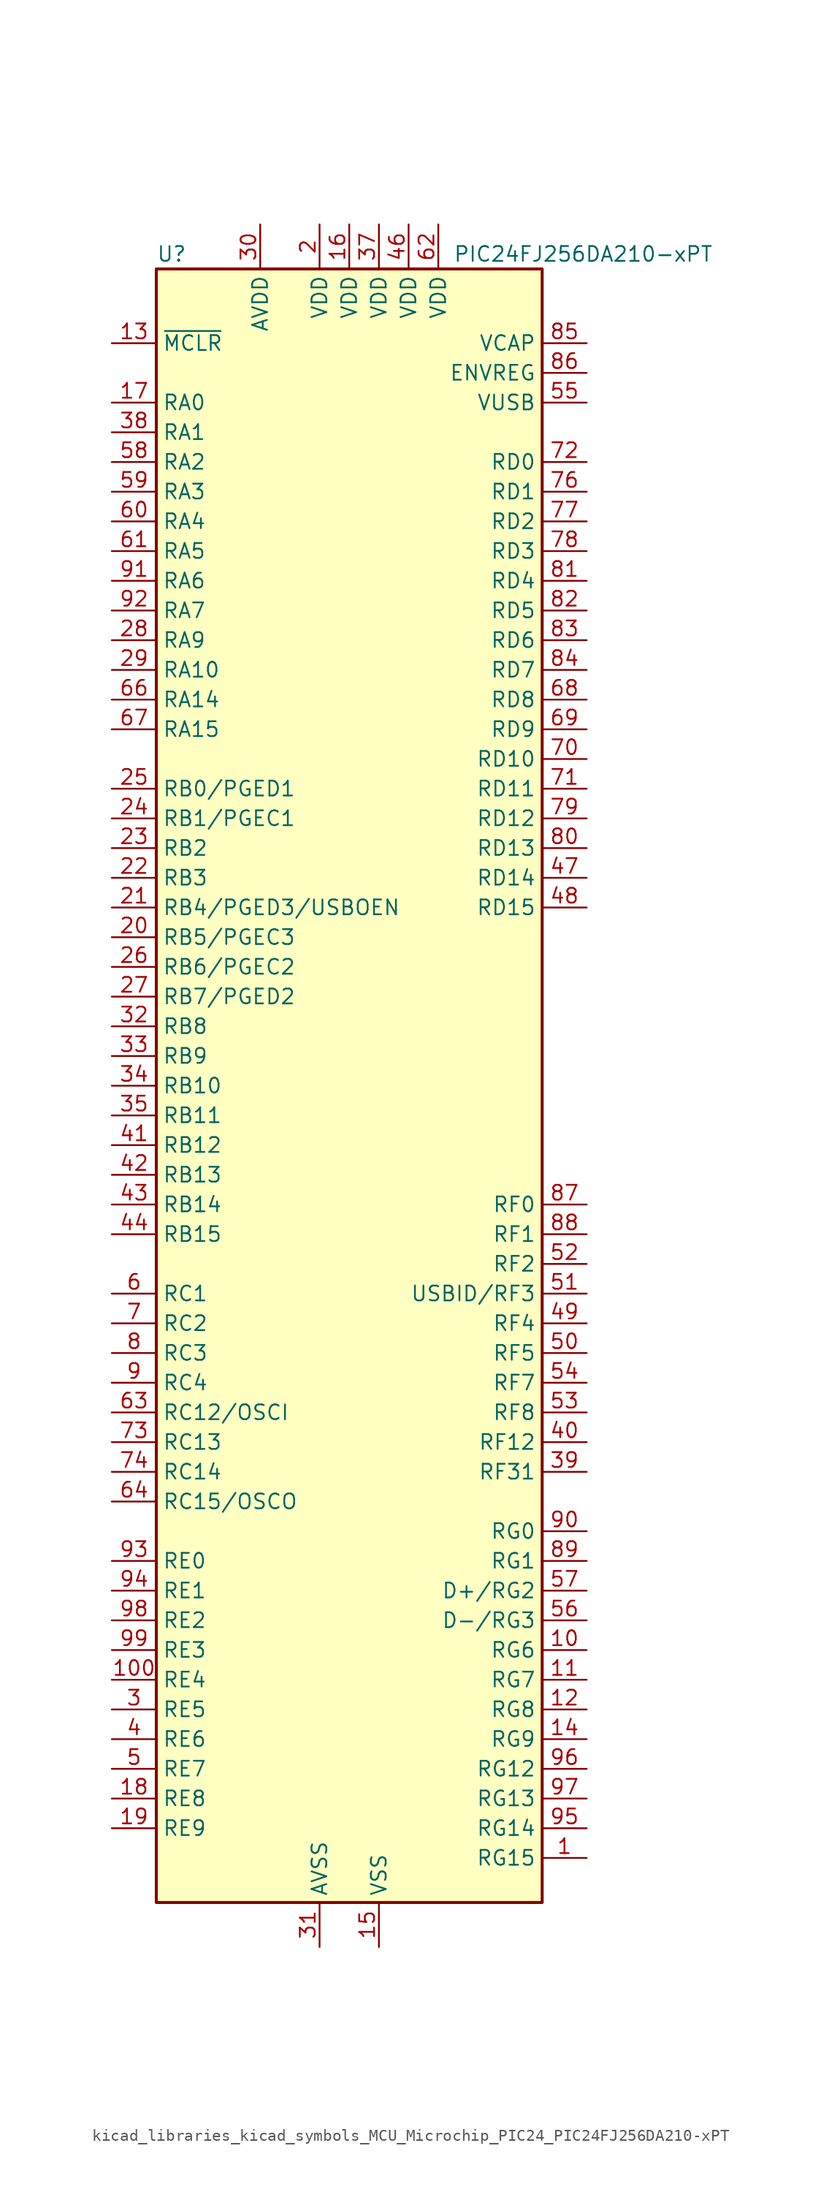
<source format=kicad_sym>
(kicad_symbol_lib
  (version 20220914)
  (generator kicad_symbol_editor)
  (symbol "kicad_libraries_kicad_symbols_MCU_Microchip_PIC24_PIC24FJ256DA210-xPT"
    (property "Reference" "U"
      (at -16.51 71.12 0)
      (effects (font (size 1.27 1.27)) (justify left)))
    (property "Value" "PIC24FJ256DA210-xPT"
      (at 8.89 71.12 0)
      (effects (font (size 1.27 1.27)) (justify left)))
    (symbol "kicad_libraries_kicad_symbols_MCU_Microchip_PIC24_PIC24FJ256DA210-xPT_1_1"
      (rectangle (start -16.51 69.85) (end 16.51 -69.85) (stroke (width 0.254) (type default)) (fill (type background)))
      (pin bidirectional line (at 20.32 -66.04 180) (length 3.81) (name "RG15" (effects (font (size 1.27 1.27)))) (number "1" (effects (font (size 1.27 1.27)))))
      (pin bidirectional line (at 20.32 -48.26 180) (length 3.81) (name "RG6" (effects (font (size 1.27 1.27)))) (number "10" (effects (font (size 1.27 1.27)))))
      (pin bidirectional line (at -20.32 -50.8 0) (length 3.81) (name "RE4" (effects (font (size 1.27 1.27)))) (number "100" (effects (font (size 1.27 1.27)))))
      (pin bidirectional line (at 20.32 -50.8 180) (length 3.81) (name "RG7" (effects (font (size 1.27 1.27)))) (number "11" (effects (font (size 1.27 1.27)))))
      (pin bidirectional line (at 20.32 -53.34 180) (length 3.81) (name "RG8" (effects (font (size 1.27 1.27)))) (number "12" (effects (font (size 1.27 1.27)))))
      (pin input line (at -20.32 63.5 0) (length 3.81) (name "~{MCLR}" (effects (font (size 1.27 1.27)))) (number "13" (effects (font (size 1.27 1.27)))))
      (pin bidirectional line (at 20.32 -55.88 180) (length 3.81) (name "RG9" (effects (font (size 1.27 1.27)))) (number "14" (effects (font (size 1.27 1.27)))))
      (pin power_in line (at 2.54 -73.66 90) (length 3.81) (name "VSS" (effects (font (size 1.27 1.27)))) (number "15" (effects (font (size 1.27 1.27)))))
      (pin power_in line (at 0 73.66 270) (length 3.81) (name "VDD" (effects (font (size 1.27 1.27)))) (number "16" (effects (font (size 1.27 1.27)))))
      (pin bidirectional line (at -20.32 58.42 0) (length 3.81) (name "RA0" (effects (font (size 1.27 1.27)))) (number "17" (effects (font (size 1.27 1.27)))))
      (pin bidirectional line (at -20.32 -60.96 0) (length 3.81) (name "RE8" (effects (font (size 1.27 1.27)))) (number "18" (effects (font (size 1.27 1.27)))))
      (pin bidirectional line (at -20.32 -63.5 0) (length 3.81) (name "RE9" (effects (font (size 1.27 1.27)))) (number "19" (effects (font (size 1.27 1.27)))))
      (pin power_in line (at -2.54 73.66 270) (length 3.81) (name "VDD" (effects (font (size 1.27 1.27)))) (number "2" (effects (font (size 1.27 1.27)))))
      (pin bidirectional line (at -20.32 12.7 0) (length 3.81) (name "RB5/PGEC3" (effects (font (size 1.27 1.27)))) (number "20" (effects (font (size 1.27 1.27)))))
      (pin bidirectional line (at -20.32 15.24 0) (length 3.81) (name "RB4/PGED3/USBOEN" (effects (font (size 1.27 1.27)))) (number "21" (effects (font (size 1.27 1.27)))))
      (pin bidirectional line (at -20.32 17.78 0) (length 3.81) (name "RB3" (effects (font (size 1.27 1.27)))) (number "22" (effects (font (size 1.27 1.27)))))
      (pin bidirectional line (at -20.32 20.32 0) (length 3.81) (name "RB2" (effects (font (size 1.27 1.27)))) (number "23" (effects (font (size 1.27 1.27)))))
      (pin bidirectional line (at -20.32 22.86 0) (length 3.81) (name "RB1/PGEC1" (effects (font (size 1.27 1.27)))) (number "24" (effects (font (size 1.27 1.27)))))
      (pin bidirectional line (at -20.32 25.4 0) (length 3.81) (name "RB0/PGED1" (effects (font (size 1.27 1.27)))) (number "25" (effects (font (size 1.27 1.27)))))
      (pin bidirectional line (at -20.32 10.16 0) (length 3.81) (name "RB6/PGEC2" (effects (font (size 1.27 1.27)))) (number "26" (effects (font (size 1.27 1.27)))))
      (pin bidirectional line (at -20.32 7.62 0) (length 3.81) (name "RB7/PGED2" (effects (font (size 1.27 1.27)))) (number "27" (effects (font (size 1.27 1.27)))))
      (pin bidirectional line (at -20.32 38.1 0) (length 3.81) (name "RA9" (effects (font (size 1.27 1.27)))) (number "28" (effects (font (size 1.27 1.27)))))
      (pin bidirectional line (at -20.32 35.56 0) (length 3.81) (name "RA10" (effects (font (size 1.27 1.27)))) (number "29" (effects (font (size 1.27 1.27)))))
      (pin bidirectional line (at -20.32 -53.34 0) (length 3.81) (name "RE5" (effects (font (size 1.27 1.27)))) (number "3" (effects (font (size 1.27 1.27)))))
      (pin power_in line (at -7.62 73.66 270) (length 3.81) (name "AVDD" (effects (font (size 1.27 1.27)))) (number "30" (effects (font (size 1.27 1.27)))))
      (pin power_in line (at -2.54 -73.66 90) (length 3.81) (name "AVSS" (effects (font (size 1.27 1.27)))) (number "31" (effects (font (size 1.27 1.27)))))
      (pin bidirectional line (at -20.32 5.08 0) (length 3.81) (name "RB8" (effects (font (size 1.27 1.27)))) (number "32" (effects (font (size 1.27 1.27)))))
      (pin bidirectional line (at -20.32 2.54 0) (length 3.81) (name "RB9" (effects (font (size 1.27 1.27)))) (number "33" (effects (font (size 1.27 1.27)))))
      (pin bidirectional line (at -20.32 0 0) (length 3.81) (name "RB10" (effects (font (size 1.27 1.27)))) (number "34" (effects (font (size 1.27 1.27)))))
      (pin bidirectional line (at -20.32 -2.54 0) (length 3.81) (name "RB11" (effects (font (size 1.27 1.27)))) (number "35" (effects (font (size 1.27 1.27)))))
      (pin passive line (at 2.54 -73.66 90) (length 3.81) hide (name "VSS" (effects (font (size 1.27 1.27)))) (number "36" (effects (font (size 1.27 1.27)))))
      (pin power_in line (at 2.54 73.66 270) (length 3.81) (name "VDD" (effects (font (size 1.27 1.27)))) (number "37" (effects (font (size 1.27 1.27)))))
      (pin bidirectional line (at -20.32 55.88 0) (length 3.81) (name "RA1" (effects (font (size 1.27 1.27)))) (number "38" (effects (font (size 1.27 1.27)))))
      (pin bidirectional line (at 20.32 -33.02 180) (length 3.81) (name "RF31" (effects (font (size 1.27 1.27)))) (number "39" (effects (font (size 1.27 1.27)))))
      (pin bidirectional line (at -20.32 -55.88 0) (length 3.81) (name "RE6" (effects (font (size 1.27 1.27)))) (number "4" (effects (font (size 1.27 1.27)))))
      (pin bidirectional line (at 20.32 -30.48 180) (length 3.81) (name "RF12" (effects (font (size 1.27 1.27)))) (number "40" (effects (font (size 1.27 1.27)))))
      (pin bidirectional line (at -20.32 -5.08 0) (length 3.81) (name "RB12" (effects (font (size 1.27 1.27)))) (number "41" (effects (font (size 1.27 1.27)))))
      (pin bidirectional line (at -20.32 -7.62 0) (length 3.81) (name "RB13" (effects (font (size 1.27 1.27)))) (number "42" (effects (font (size 1.27 1.27)))))
      (pin bidirectional line (at -20.32 -10.16 0) (length 3.81) (name "RB14" (effects (font (size 1.27 1.27)))) (number "43" (effects (font (size 1.27 1.27)))))
      (pin bidirectional line (at -20.32 -12.7 0) (length 3.81) (name "RB15" (effects (font (size 1.27 1.27)))) (number "44" (effects (font (size 1.27 1.27)))))
      (pin passive line (at 2.54 -73.66 90) (length 3.81) hide (name "VSS" (effects (font (size 1.27 1.27)))) (number "45" (effects (font (size 1.27 1.27)))))
      (pin power_in line (at 5.08 73.66 270) (length 3.81) (name "VDD" (effects (font (size 1.27 1.27)))) (number "46" (effects (font (size 1.27 1.27)))))
      (pin bidirectional line (at 20.32 17.78 180) (length 3.81) (name "RD14" (effects (font (size 1.27 1.27)))) (number "47" (effects (font (size 1.27 1.27)))))
      (pin bidirectional line (at 20.32 15.24 180) (length 3.81) (name "RD15" (effects (font (size 1.27 1.27)))) (number "48" (effects (font (size 1.27 1.27)))))
      (pin bidirectional line (at 20.32 -20.32 180) (length 3.81) (name "RF4" (effects (font (size 1.27 1.27)))) (number "49" (effects (font (size 1.27 1.27)))))
      (pin bidirectional line (at -20.32 -58.42 0) (length 3.81) (name "RE7" (effects (font (size 1.27 1.27)))) (number "5" (effects (font (size 1.27 1.27)))))
      (pin bidirectional line (at 20.32 -22.86 180) (length 3.81) (name "RF5" (effects (font (size 1.27 1.27)))) (number "50" (effects (font (size 1.27 1.27)))))
      (pin bidirectional line (at 20.32 -17.78 180) (length 3.81) (name "USBID/RF3" (effects (font (size 1.27 1.27)))) (number "51" (effects (font (size 1.27 1.27)))))
      (pin bidirectional line (at 20.32 -15.24 180) (length 3.81) (name "RF2" (effects (font (size 1.27 1.27)))) (number "52" (effects (font (size 1.27 1.27)))))
      (pin bidirectional line (at 20.32 -27.94 180) (length 3.81) (name "RF8" (effects (font (size 1.27 1.27)))) (number "53" (effects (font (size 1.27 1.27)))))
      (pin bidirectional line (at 20.32 -25.4 180) (length 3.81) (name "RF7" (effects (font (size 1.27 1.27)))) (number "54" (effects (font (size 1.27 1.27)))))
      (pin bidirectional line (at 20.32 58.42 180) (length 3.81) (name "VUSB" (effects (font (size 1.27 1.27)))) (number "55" (effects (font (size 1.27 1.27)))))
      (pin bidirectional line (at 20.32 -45.72 180) (length 3.81) (name "D-/RG3" (effects (font (size 1.27 1.27)))) (number "56" (effects (font (size 1.27 1.27)))))
      (pin bidirectional line (at 20.32 -43.18 180) (length 3.81) (name "D+/RG2" (effects (font (size 1.27 1.27)))) (number "57" (effects (font (size 1.27 1.27)))))
      (pin bidirectional line (at -20.32 53.34 0) (length 3.81) (name "RA2" (effects (font (size 1.27 1.27)))) (number "58" (effects (font (size 1.27 1.27)))))
      (pin bidirectional line (at -20.32 50.8 0) (length 3.81) (name "RA3" (effects (font (size 1.27 1.27)))) (number "59" (effects (font (size 1.27 1.27)))))
      (pin bidirectional line (at -20.32 -17.78 0) (length 3.81) (name "RC1" (effects (font (size 1.27 1.27)))) (number "6" (effects (font (size 1.27 1.27)))))
      (pin bidirectional line (at -20.32 48.26 0) (length 3.81) (name "RA4" (effects (font (size 1.27 1.27)))) (number "60" (effects (font (size 1.27 1.27)))))
      (pin bidirectional line (at -20.32 45.72 0) (length 3.81) (name "RA5" (effects (font (size 1.27 1.27)))) (number "61" (effects (font (size 1.27 1.27)))))
      (pin power_in line (at 7.62 73.66 270) (length 3.81) (name "VDD" (effects (font (size 1.27 1.27)))) (number "62" (effects (font (size 1.27 1.27)))))
      (pin bidirectional line (at -20.32 -27.94 0) (length 3.81) (name "RC12/OSCI" (effects (font (size 1.27 1.27)))) (number "63" (effects (font (size 1.27 1.27)))))
      (pin bidirectional line (at -20.32 -35.56 0) (length 3.81) (name "RC15/OSCO" (effects (font (size 1.27 1.27)))) (number "64" (effects (font (size 1.27 1.27)))))
      (pin passive line (at 2.54 -73.66 90) (length 3.81) hide (name "VSS" (effects (font (size 1.27 1.27)))) (number "65" (effects (font (size 1.27 1.27)))))
      (pin bidirectional line (at -20.32 33.02 0) (length 3.81) (name "RA14" (effects (font (size 1.27 1.27)))) (number "66" (effects (font (size 1.27 1.27)))))
      (pin bidirectional line (at -20.32 30.48 0) (length 3.81) (name "RA15" (effects (font (size 1.27 1.27)))) (number "67" (effects (font (size 1.27 1.27)))))
      (pin bidirectional line (at 20.32 33.02 180) (length 3.81) (name "RD8" (effects (font (size 1.27 1.27)))) (number "68" (effects (font (size 1.27 1.27)))))
      (pin bidirectional line (at 20.32 30.48 180) (length 3.81) (name "RD9" (effects (font (size 1.27 1.27)))) (number "69" (effects (font (size 1.27 1.27)))))
      (pin bidirectional line (at -20.32 -20.32 0) (length 3.81) (name "RC2" (effects (font (size 1.27 1.27)))) (number "7" (effects (font (size 1.27 1.27)))))
      (pin bidirectional line (at 20.32 27.94 180) (length 3.81) (name "RD10" (effects (font (size 1.27 1.27)))) (number "70" (effects (font (size 1.27 1.27)))))
      (pin bidirectional line (at 20.32 25.4 180) (length 3.81) (name "RD11" (effects (font (size 1.27 1.27)))) (number "71" (effects (font (size 1.27 1.27)))))
      (pin bidirectional line (at 20.32 53.34 180) (length 3.81) (name "RD0" (effects (font (size 1.27 1.27)))) (number "72" (effects (font (size 1.27 1.27)))))
      (pin bidirectional line (at -20.32 -30.48 0) (length 3.81) (name "RC13" (effects (font (size 1.27 1.27)))) (number "73" (effects (font (size 1.27 1.27)))))
      (pin bidirectional line (at -20.32 -33.02 0) (length 3.81) (name "RC14" (effects (font (size 1.27 1.27)))) (number "74" (effects (font (size 1.27 1.27)))))
      (pin passive line (at 2.54 -73.66 90) (length 3.81) hide (name "VSS" (effects (font (size 1.27 1.27)))) (number "75" (effects (font (size 1.27 1.27)))))
      (pin bidirectional line (at 20.32 50.8 180) (length 3.81) (name "RD1" (effects (font (size 1.27 1.27)))) (number "76" (effects (font (size 1.27 1.27)))))
      (pin bidirectional line (at 20.32 48.26 180) (length 3.81) (name "RD2" (effects (font (size 1.27 1.27)))) (number "77" (effects (font (size 1.27 1.27)))))
      (pin bidirectional line (at 20.32 45.72 180) (length 3.81) (name "RD3" (effects (font (size 1.27 1.27)))) (number "78" (effects (font (size 1.27 1.27)))))
      (pin bidirectional line (at 20.32 22.86 180) (length 3.81) (name "RD12" (effects (font (size 1.27 1.27)))) (number "79" (effects (font (size 1.27 1.27)))))
      (pin bidirectional line (at -20.32 -22.86 0) (length 3.81) (name "RC3" (effects (font (size 1.27 1.27)))) (number "8" (effects (font (size 1.27 1.27)))))
      (pin bidirectional line (at 20.32 20.32 180) (length 3.81) (name "RD13" (effects (font (size 1.27 1.27)))) (number "80" (effects (font (size 1.27 1.27)))))
      (pin bidirectional line (at 20.32 43.18 180) (length 3.81) (name "RD4" (effects (font (size 1.27 1.27)))) (number "81" (effects (font (size 1.27 1.27)))))
      (pin bidirectional line (at 20.32 40.64 180) (length 3.81) (name "RD5" (effects (font (size 1.27 1.27)))) (number "82" (effects (font (size 1.27 1.27)))))
      (pin bidirectional line (at 20.32 38.1 180) (length 3.81) (name "RD6" (effects (font (size 1.27 1.27)))) (number "83" (effects (font (size 1.27 1.27)))))
      (pin bidirectional line (at 20.32 35.56 180) (length 3.81) (name "RD7" (effects (font (size 1.27 1.27)))) (number "84" (effects (font (size 1.27 1.27)))))
      (pin passive line (at 20.32 63.5 180) (length 3.81) (name "VCAP" (effects (font (size 1.27 1.27)))) (number "85" (effects (font (size 1.27 1.27)))))
      (pin input line (at 20.32 60.96 180) (length 3.81) (name "ENVREG" (effects (font (size 1.27 1.27)))) (number "86" (effects (font (size 1.27 1.27)))))
      (pin bidirectional line (at 20.32 -10.16 180) (length 3.81) (name "RF0" (effects (font (size 1.27 1.27)))) (number "87" (effects (font (size 1.27 1.27)))))
      (pin bidirectional line (at 20.32 -12.7 180) (length 3.81) (name "RF1" (effects (font (size 1.27 1.27)))) (number "88" (effects (font (size 1.27 1.27)))))
      (pin bidirectional line (at 20.32 -40.64 180) (length 3.81) (name "RG1" (effects (font (size 1.27 1.27)))) (number "89" (effects (font (size 1.27 1.27)))))
      (pin bidirectional line (at -20.32 -25.4 0) (length 3.81) (name "RC4" (effects (font (size 1.27 1.27)))) (number "9" (effects (font (size 1.27 1.27)))))
      (pin bidirectional line (at 20.32 -38.1 180) (length 3.81) (name "RG0" (effects (font (size 1.27 1.27)))) (number "90" (effects (font (size 1.27 1.27)))))
      (pin bidirectional line (at -20.32 43.18 0) (length 3.81) (name "RA6" (effects (font (size 1.27 1.27)))) (number "91" (effects (font (size 1.27 1.27)))))
      (pin bidirectional line (at -20.32 40.64 0) (length 3.81) (name "RA7" (effects (font (size 1.27 1.27)))) (number "92" (effects (font (size 1.27 1.27)))))
      (pin bidirectional line (at -20.32 -40.64 0) (length 3.81) (name "RE0" (effects (font (size 1.27 1.27)))) (number "93" (effects (font (size 1.27 1.27)))))
      (pin bidirectional line (at -20.32 -43.18 0) (length 3.81) (name "RE1" (effects (font (size 1.27 1.27)))) (number "94" (effects (font (size 1.27 1.27)))))
      (pin bidirectional line (at 20.32 -63.5 180) (length 3.81) (name "RG14" (effects (font (size 1.27 1.27)))) (number "95" (effects (font (size 1.27 1.27)))))
      (pin bidirectional line (at 20.32 -58.42 180) (length 3.81) (name "RG12" (effects (font (size 1.27 1.27)))) (number "96" (effects (font (size 1.27 1.27)))))
      (pin bidirectional line (at 20.32 -60.96 180) (length 3.81) (name "RG13" (effects (font (size 1.27 1.27)))) (number "97" (effects (font (size 1.27 1.27)))))
      (pin bidirectional line (at -20.32 -45.72 0) (length 3.81) (name "RE2" (effects (font (size 1.27 1.27)))) (number "98" (effects (font (size 1.27 1.27)))))
      (pin bidirectional line (at -20.32 -48.26 0) (length 3.81) (name "RE3" (effects (font (size 1.27 1.27)))) (number "99" (effects (font (size 1.27 1.27))))))))
</source>
